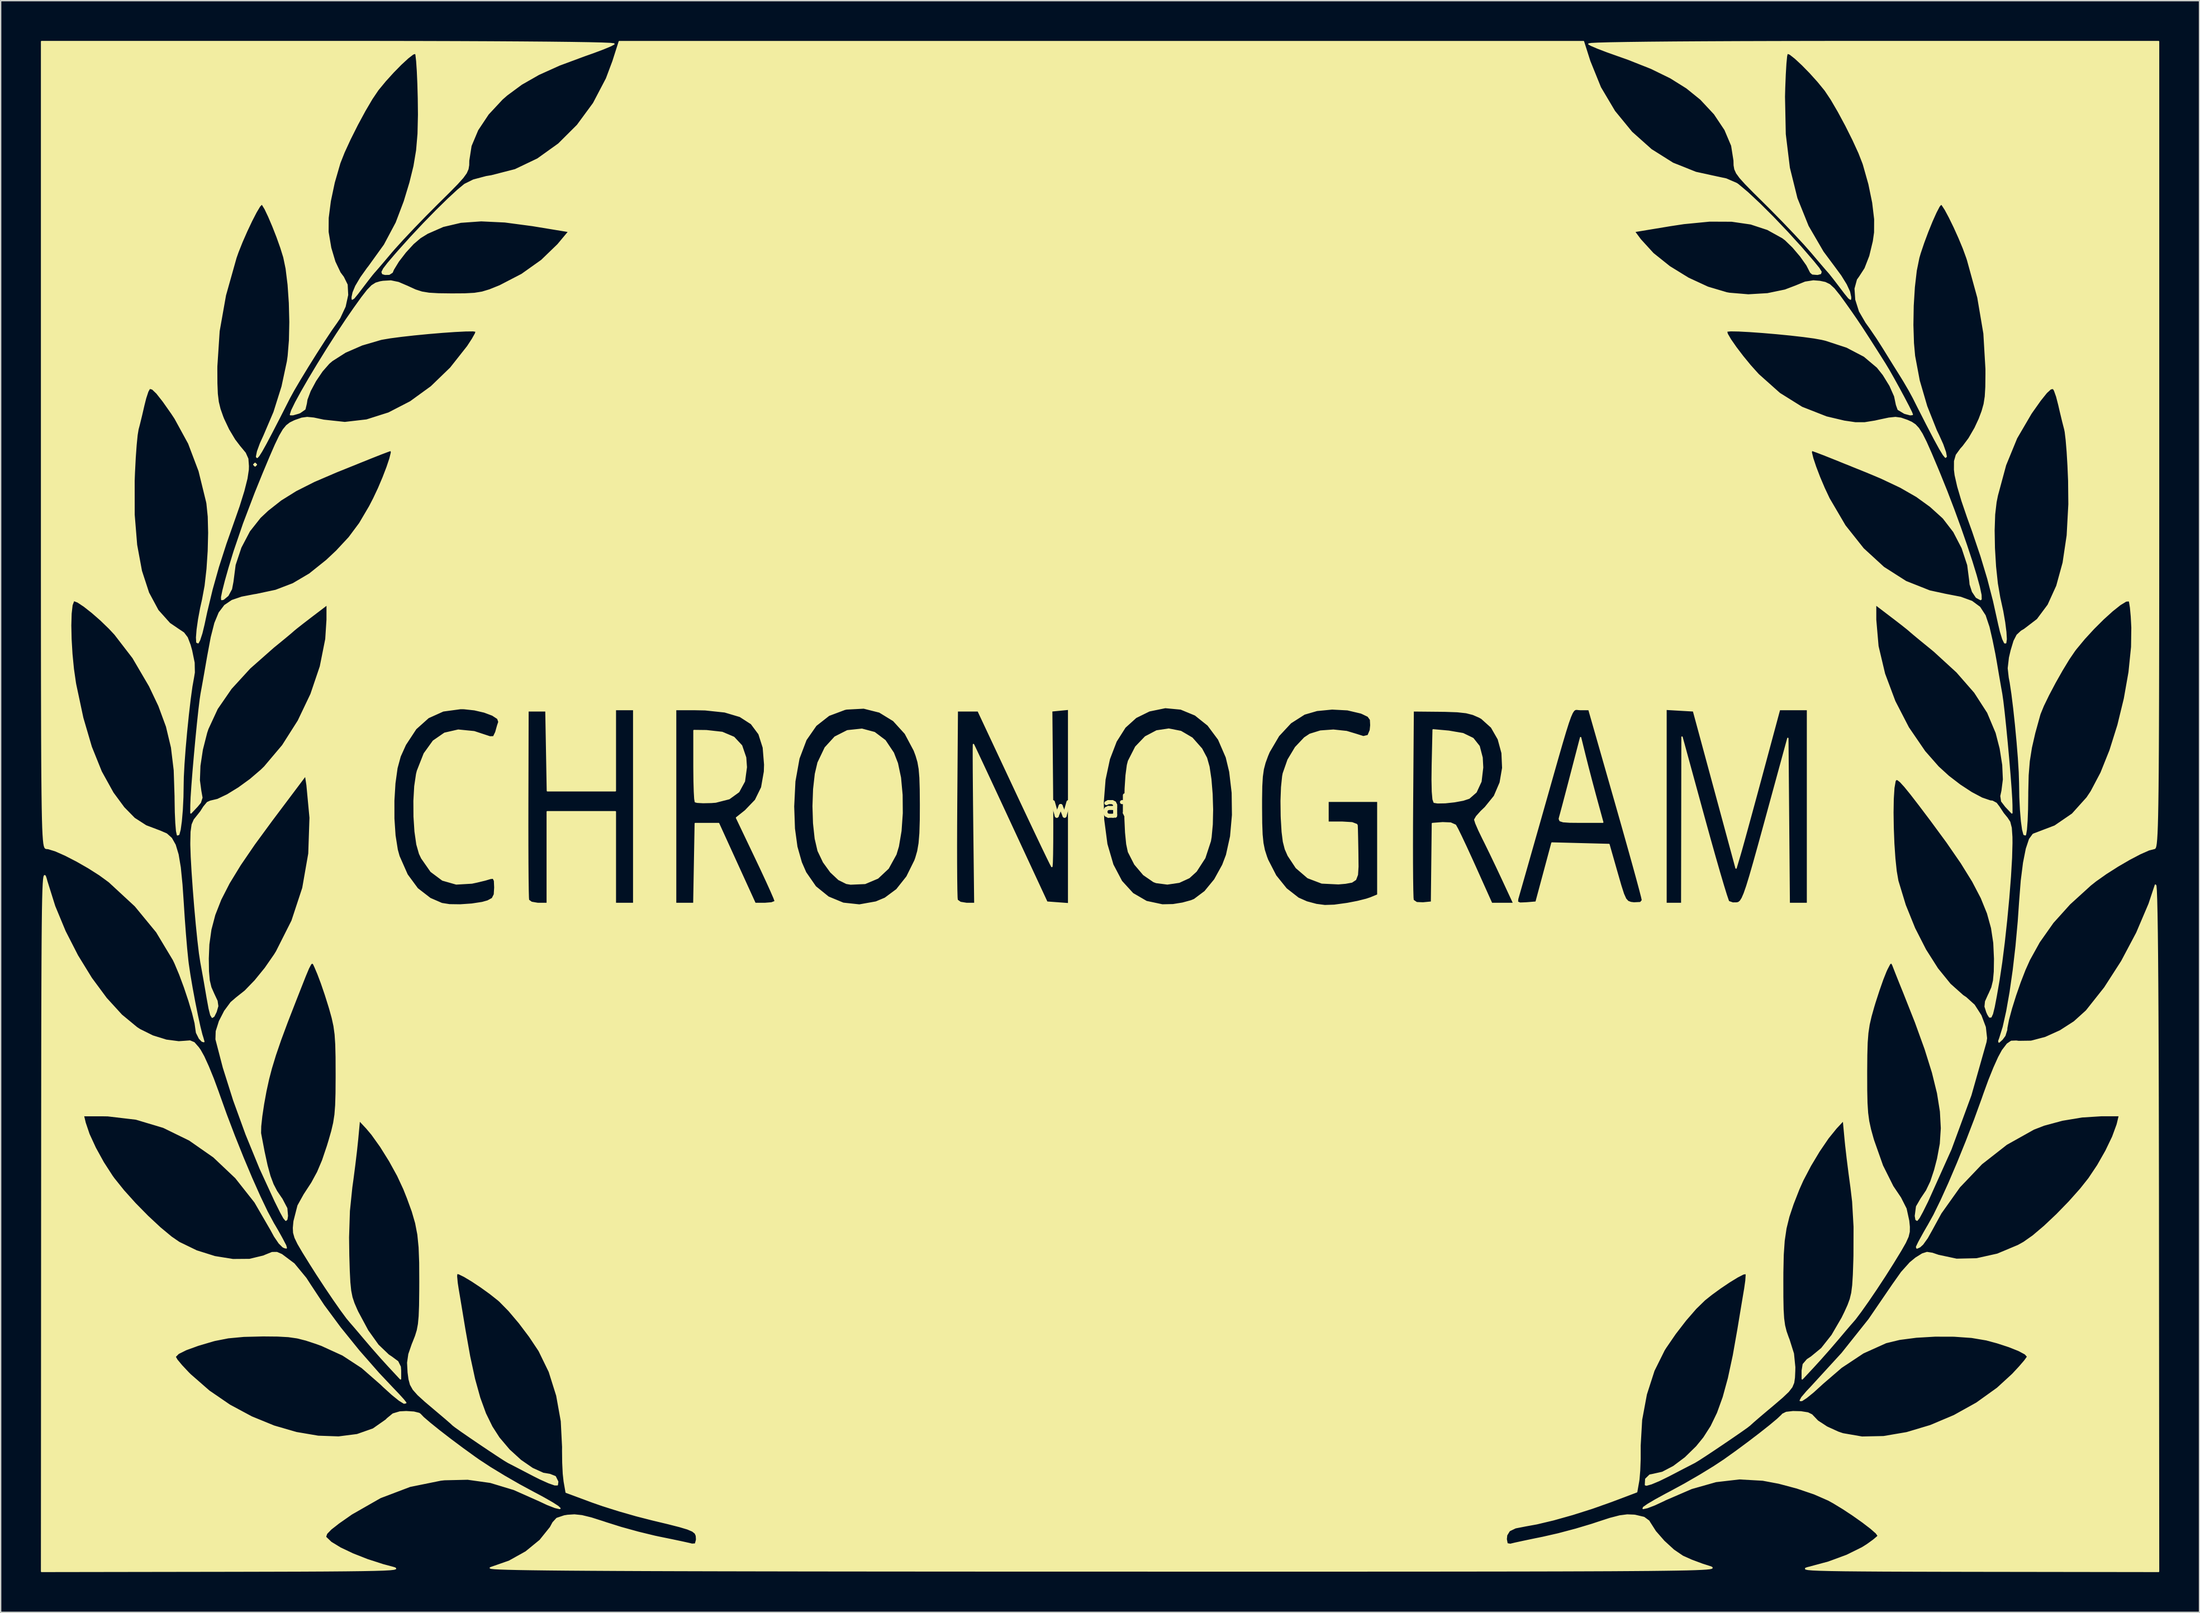
<source format=kicad_pcb>
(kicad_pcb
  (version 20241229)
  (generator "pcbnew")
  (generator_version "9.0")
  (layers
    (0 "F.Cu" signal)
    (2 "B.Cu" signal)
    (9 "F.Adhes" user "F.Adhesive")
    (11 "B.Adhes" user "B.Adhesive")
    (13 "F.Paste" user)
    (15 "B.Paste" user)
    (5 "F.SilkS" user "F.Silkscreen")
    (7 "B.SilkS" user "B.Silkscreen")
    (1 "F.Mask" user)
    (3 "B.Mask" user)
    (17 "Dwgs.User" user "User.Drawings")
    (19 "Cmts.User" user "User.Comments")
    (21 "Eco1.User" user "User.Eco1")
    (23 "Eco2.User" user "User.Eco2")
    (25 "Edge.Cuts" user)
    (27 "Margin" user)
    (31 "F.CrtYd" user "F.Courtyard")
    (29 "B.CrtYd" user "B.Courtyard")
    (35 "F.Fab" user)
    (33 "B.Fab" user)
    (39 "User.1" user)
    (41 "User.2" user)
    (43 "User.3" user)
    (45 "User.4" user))
  (footprint "wreath"
    (layer "F.Cu")
    (at 78.985 57.102)
    (property "Reference" "wreath" (at 0 0 0) (layer "F.SilkS") (effects (font (size 1.524 1.524) (thickness 0.3))))
    (attr through_hole)
    (fp_poly (pts (xy -62.914 -25.498) (xy -63.012 -25.4) (xy -63.109 -25.498) (xy -63.012 -25.595) (xy -62.914 -25.498)) (stroke (width 0.1) (type solid)) (fill yes) (layer "F.SilkS"))
    (fp_poly (pts (xy 37.486 1.172) (xy 35.826 1.172) (xy 35.021 1.165) (xy 34.536 1.131) (xy 34.302 1.057) (xy 34.247 0.926) (xy 34.267 0.83) (xy 34.35 0.526) (xy 34.512 -0.079) (xy 34.731 -0.909) (xy 34.987 -1.888) (xy 35.101 -2.325) (xy 35.834 -5.138) (xy 36.169 -3.777) (xy 36.382 -2.934) (xy 36.651 -1.903) (xy 36.926 -0.875) (xy 36.995 -0.622) (xy 37.486 1.172)) (stroke (width 0.1) (type solid)) (fill yes) (layer "F.SilkS"))
    (fp_poly (pts (xy 28.526 -2.908) (xy 28.402 -1.864) (xy 28.039 -1.079) (xy 27.517 -0.623) (xy 27.076 -0.477) (xy 26.433 -0.359) (xy 25.744 -0.285) (xy 25.167 -0.275) (xy 24.912 -0.316) (xy 24.833 -0.54) (xy 24.783 -1.115) (xy 24.764 -2.004) (xy 24.776 -3.054) (xy 24.836 -5.718) (xy 26.004 -5.613) (xy 27.069 -5.429) (xy 27.808 -5.071) (xy 28.267 -4.491) (xy 28.488 -3.643) (xy 28.526 -2.908)) (stroke (width 0.1) (type solid)) (fill yes) (layer "F.SilkS"))
    (fp_poly (pts (xy -26.38 -2.931) (xy -26.523 -1.882) (xy -26.947 -1.102) (xy -27.659 -0.587) (xy -28.662 -0.33) (xy -28.98 -0.305) (xy -29.598 -0.292) (xy -30.04 -0.316) (xy -30.182 -0.353) (xy -30.22 -0.576) (xy -30.251 -1.114) (xy -30.274 -1.892) (xy -30.284 -2.835) (xy -30.285 -3.061) (xy -30.285 -5.666) (xy -29.357 -5.655) (xy -28.181 -5.524) (xy -27.311 -5.155) (xy -26.733 -4.534) (xy -26.432 -3.651) (xy -26.38 -2.931)) (stroke (width 0.1) (type solid)) (fill yes) (layer "F.SilkS"))
    (fp_poly (pts (xy -14.761 0.499) (xy -14.853 1.819) (xy -15.047 2.969) (xy -15.227 3.567) (xy -15.799 4.605) (xy -16.578 5.336) (xy -17.525 5.736) (xy -18.601 5.783) (xy -18.912 5.731) (xy -19.485 5.447) (xy -20.084 4.886) (xy -20.622 4.143) (xy -21.018 3.315) (xy -21.028 3.286) (xy -21.235 2.394) (xy -21.358 1.249) (xy -21.398 -0.023) (xy -21.353 -1.292) (xy -21.225 -2.431) (xy -21.029 -3.267) (xy -20.496 -4.383) (xy -19.768 -5.179) (xy -18.862 -5.638) (xy -18.819 -5.65) (xy -17.761 -5.762) (xy -16.825 -5.512) (xy -16.034 -4.916) (xy -15.416 -3.991) (xy -15.117 -3.218) (xy -14.891 -2.146) (xy -14.773 -0.865) (xy -14.761 0.499)) (stroke (width 0.1) (type solid)) (fill yes) (layer "F.SilkS"))
    (fp_poly (pts (xy 8.382 0.224) (xy 8.358 1.332) (xy 8.27 2.28) (xy 8.218 2.582) (xy 7.808 3.832) (xy 7.166 4.824) (xy 6.643 5.301) (xy 5.897 5.646) (xy 5.015 5.775) (xy 4.184 5.667) (xy 3.996 5.596) (xy 3.25 5.082) (xy 2.59 4.304) (xy 2.121 3.386) (xy 2.117 3.375) (xy 1.995 2.799) (xy 1.91 1.937) (xy 1.862 0.89) (xy 1.852 -0.238) (xy 1.879 -1.345) (xy 1.943 -2.329) (xy 2.044 -3.088) (xy 2.121 -3.387) (xy 2.659 -4.442) (xy 3.379 -5.193) (xy 4.22 -5.636) (xy 5.121 -5.771) (xy 6.021 -5.594) (xy 6.858 -5.103) (xy 7.572 -4.296) (xy 7.934 -3.615) (xy 8.117 -2.963) (xy 8.256 -2.033) (xy 8.346 -0.934) (xy 8.382 0.224)) (stroke (width 0.1) (type solid)) (fill yes) (layer "F.SilkS"))
    (fp_poly (pts (xy 78.935 57.052) (xy 65.307 57.033) (xy 62.66 57.028) (xy 60.38 57.022) (xy 58.445 57.015) (xy 56.832 57.004) (xy 55.517 56.992) (xy 54.479 56.975) (xy 53.693 56.955) (xy 53.137 56.931) (xy 52.788 56.901) (xy 52.623 56.866) (xy 52.619 56.826) (xy 52.753 56.779) (xy 52.852 56.755) (xy 54.315 56.361) (xy 55.683 55.857) (xy 56.832 55.29) (xy 57.199 55.06) (xy 57.67 54.72) (xy 57.971 54.467) (xy 58.029 54.388) (xy 57.875 54.179) (xy 57.462 53.819) (xy 56.863 53.361) (xy 56.155 52.86) (xy 55.409 52.367) (xy 54.702 51.936) (xy 54.317 51.724) (xy 53.255 51.259) (xy 51.965 50.822) (xy 50.611 50.462) (xy 49.418 50.238) (xy 47.677 50.14) (xy 45.927 50.343) (xy 44.107 50.859) (xy 42.158 51.701) (xy 42.013 51.774) (xy 41.362 52.077) (xy 40.811 52.288) (xy 40.499 52.358) (xy 40.533 52.274) (xy 40.865 52.045) (xy 41.442 51.704) (xy 42.214 51.283) (xy 42.52 51.122) (xy 43.589 50.542) (xy 44.715 49.892) (xy 45.756 49.255) (xy 46.525 48.748) (xy 47.42 48.109) (xy 48.327 47.438) (xy 49.184 46.784) (xy 49.93 46.194) (xy 50.503 45.716) (xy 50.842 45.399) (xy 50.897 45.331) (xy 51.171 45.195) (xy 51.677 45.137) (xy 52.264 45.151) (xy 52.781 45.233) (xy 53.077 45.38) (xy 53.086 45.393) (xy 53.51 45.837) (xy 54.198 46.286) (xy 55.032 46.668) (xy 55.392 46.79) (xy 56.82 47.037) (xy 58.428 47.003) (xy 60.152 46.709) (xy 61.927 46.178) (xy 63.689 45.433) (xy 65.372 44.496) (xy 66.912 43.391) (xy 68.043 42.355) (xy 68.56 41.799) (xy 68.952 41.343) (xy 69.153 41.062) (xy 69.166 41.022) (xy 68.988 40.825) (xy 68.504 40.567) (xy 67.786 40.281) (xy 66.909 39.994) (xy 66.094 39.774) (xy 64.996 39.589) (xy 63.68 39.496) (xy 62.266 39.492) (xy 60.872 39.573) (xy 59.617 39.736) (xy 58.621 39.978) (xy 58.575 39.994) (xy 56.906 40.747) (xy 55.276 41.827) (xy 53.876 43.033) (xy 53.192 43.657) (xy 52.67 44.081) (xy 52.335 44.3) (xy 52.214 44.303) (xy 52.333 44.082) (xy 52.718 43.629) (xy 53.015 43.316) (xy 55.327 40.792) (xy 57.346 38.256) (xy 59.13 35.647) (xy 59.769 34.744) (xy 60.409 34.03) (xy 60.83 33.684) (xy 61.319 33.378) (xy 61.668 33.268) (xy 62.06 33.33) (xy 62.509 33.483) (xy 63.871 33.774) (xy 65.365 33.741) (xy 66.919 33.395) (xy 68.465 32.747) (xy 68.878 32.518) (xy 69.569 32.032) (xy 70.419 31.312) (xy 71.347 30.436) (xy 72.275 29.482) (xy 73.125 28.526) (xy 73.736 27.756) (xy 74.397 26.769) (xy 75.01 25.691) (xy 75.514 24.643) (xy 75.843 23.748) (xy 75.884 23.593) (xy 76.012 23.055) (xy 74.653 23.055) (xy 73.228 23.145) (xy 71.748 23.391) (xy 70.379 23.762) (xy 69.612 24.06) (xy 67.596 25.189) (xy 65.738 26.643) (xy 64.089 28.371) (xy 62.7 30.323) (xy 62.021 31.566) (xy 61.68 32.175) (xy 61.34 32.646) (xy 61.128 32.839) (xy 60.917 32.933) (xy 60.887 32.849) (xy 61.044 32.519) (xy 61.165 32.295) (xy 61.46 31.76) (xy 61.702 31.339) (xy 61.749 31.262) (xy 62.185 30.478) (xy 62.716 29.392) (xy 63.314 28.071) (xy 63.949 26.582) (xy 64.594 24.993) (xy 65.218 23.372) (xy 65.795 21.786) (xy 65.927 21.406) (xy 66.291 20.408) (xy 66.667 19.476) (xy 67.013 18.709) (xy 67.286 18.206) (xy 67.303 18.18) (xy 67.657 17.717) (xy 67.951 17.517) (xy 68.325 17.502) (xy 68.498 17.527) (xy 69.424 17.514) (xy 70.49 17.235) (xy 71.596 16.736) (xy 72.643 16.062) (xy 73.534 15.258) (xy 73.57 15.219) (xy 74.916 13.52) (xy 76.185 11.549) (xy 77.311 9.426) (xy 78.23 7.268) (xy 78.697 5.862) (xy 78.729 5.909) (xy 78.758 6.284) (xy 78.784 6.99) (xy 78.808 8.035) (xy 78.83 9.423) (xy 78.849 11.16) (xy 78.865 13.252) (xy 78.879 15.704) (xy 78.891 18.522) (xy 78.901 21.712) (xy 78.908 25.278) (xy 78.914 29.228) (xy 78.915 31.115) (xy 78.935 57.052)) (stroke (width 0.1) (type solid)) (fill yes) (layer "F.SilkS"))
    (fp_poly (pts (xy -40.279 52.347) (xy -40.304 52.358) (xy -40.65 52.276) (xy -41.214 52.057) (xy -41.817 51.774) (xy -43.707 50.934) (xy -45.461 50.403) (xy -47.159 50.165) (xy -48.882 50.204) (xy -49.167 50.235) (xy -51.467 50.702) (xy -53.673 51.539) (xy -55.803 52.756) (xy -55.88 52.808) (xy -56.773 53.433) (xy -57.361 53.893) (xy -57.678 54.222) (xy -57.759 54.449) (xy -57.735 54.515) (xy -57.351 54.884) (xy -56.66 55.306) (xy -55.736 55.746) (xy -54.654 56.173) (xy -53.487 56.551) (xy -52.741 56.751) (xy -52.575 56.801) (xy -52.537 56.845) (xy -52.648 56.882) (xy -52.933 56.914) (xy -53.414 56.941) (xy -54.114 56.963) (xy -55.058 56.981) (xy -56.267 56.996) (xy -57.766 57.008) (xy -59.576 57.017) (xy -61.723 57.023) (xy -64.227 57.029) (xy -65.307 57.031) (xy -78.935 57.052) (xy -78.92 30.627) (xy -78.917 26.884) (xy -78.915 23.515) (xy -78.912 20.499) (xy -78.909 17.819) (xy -78.904 15.457) (xy -78.898 13.393) (xy -78.891 11.61) (xy -78.882 10.089) (xy -78.871 8.813) (xy -78.858 7.761) (xy -78.842 6.917) (xy -78.823 6.262) (xy -78.801 5.777) (xy -78.776 5.445) (xy -78.747 5.246) (xy -78.714 5.163) (xy -78.676 5.176) (xy -78.635 5.269) (xy -78.588 5.421) (xy -78.549 5.568) (xy -77.961 7.442) (xy -77.184 9.315) (xy -76.258 11.125) (xy -75.222 12.81) (xy -74.114 14.308) (xy -72.974 15.557) (xy -71.84 16.494) (xy -71.608 16.644) (xy -70.656 17.117) (xy -69.641 17.433) (xy -68.708 17.554) (xy -68.303 17.527) (xy -67.87 17.494) (xy -67.563 17.622) (xy -67.246 17.985) (xy -67.108 18.18) (xy -66.842 18.658) (xy -66.501 19.408) (xy -66.126 20.33) (xy -65.759 21.326) (xy -65.732 21.406) (xy -65.172 22.972) (xy -64.556 24.591) (xy -63.914 26.194) (xy -63.274 27.714) (xy -62.664 29.083) (xy -62.114 30.234) (xy -61.651 31.099) (xy -61.553 31.262) (xy -61.347 31.614) (xy -61.057 32.133) (xy -60.97 32.295) (xy -60.734 32.746) (xy -60.687 32.924) (xy -60.824 32.895) (xy -60.933 32.839) (xy -61.212 32.565) (xy -61.559 32.055) (xy -61.825 31.566) (xy -63.02 29.505) (xy -64.456 27.687) (xy -66.097 26.134) (xy -67.907 24.871) (xy -69.851 23.922) (xy -71.893 23.311) (xy -73.998 23.063) (xy -74.299 23.058) (xy -75.817 23.055) (xy -75.689 23.593) (xy -75.403 24.441) (xy -74.93 25.468) (xy -74.334 26.55) (xy -73.678 27.565) (xy -73.54 27.756) (xy -72.823 28.65) (xy -71.959 29.611) (xy -71.026 30.56) (xy -70.104 31.419) (xy -69.271 32.112) (xy -68.682 32.518) (xy -67.38 33.15) (xy -66.012 33.58) (xy -64.665 33.797) (xy -63.427 33.787) (xy -62.384 33.537) (xy -62.24 33.474) (xy -61.744 33.274) (xy -61.387 33.27) (xy -61.03 33.425) (xy -60.11 34.115) (xy -59.226 35.188) (xy -58.91 35.676) (xy -57.903 37.203) (xy -56.665 38.876) (xy -55.272 40.599) (xy -53.803 42.275) (xy -52.803 43.335) (xy -52.311 43.85) (xy -51.948 44.251) (xy -51.781 44.462) (xy -51.777 44.474) (xy -51.905 44.498) (xy -52.256 44.281) (xy -52.78 43.86) (xy -53.426 43.274) (xy -53.631 43.076) (xy -55.04 41.844) (xy -56.473 40.907) (xy -58.058 40.183) (xy -58.452 40.04) (xy -59.217 39.788) (xy -59.868 39.624) (xy -60.53 39.529) (xy -61.328 39.485) (xy -62.387 39.475) (xy -62.425 39.475) (xy -63.858 39.51) (xy -65.015 39.618) (xy -66.006 39.812) (xy -66.138 39.846) (xy -67.282 40.185) (xy -68.161 40.505) (xy -68.735 40.791) (xy -68.968 41.027) (xy -68.971 41.053) (xy -68.84 41.281) (xy -68.494 41.698) (xy -67.998 42.226) (xy -67.847 42.377) (xy -66.446 43.601) (xy -64.908 44.655) (xy -63.278 45.531) (xy -61.605 46.216) (xy -59.934 46.701) (xy -58.312 46.976) (xy -56.786 47.03) (xy -55.402 46.853) (xy -54.207 46.433) (xy -53.248 45.762) (xy -53.145 45.657) (xy -52.724 45.312) (xy -52.22 45.162) (xy -51.74 45.137) (xy -51.172 45.174) (xy -50.783 45.271) (xy -50.701 45.331) (xy -50.466 45.576) (xy -49.973 45.999) (xy -49.285 46.553) (xy -48.462 47.189) (xy -47.567 47.859) (xy -46.66 48.515) (xy -46.33 48.748) (xy -45.489 49.3) (xy -44.436 49.941) (xy -43.31 50.589) (xy -42.324 51.122) (xy -41.497 51.565) (xy -40.846 51.937) (xy -40.422 52.209) (xy -40.279 52.347)) (stroke (width 0.1) (type solid)) (fill yes) (layer "F.SilkS"))
    (fp_poly (pts (xy 78.935 -26.963) (xy 78.935 -22.936) (xy 78.934 -19.282) (xy 78.933 -15.983) (xy 78.93 -13.02) (xy 78.926 -10.378) (xy 78.921 -8.036) (xy 78.914 -5.978) (xy 78.906 -4.185) (xy 78.895 -2.641) (xy 78.883 -1.325) (xy 78.868 -0.222) (xy 78.851 0.687) (xy 78.831 1.42) (xy 78.808 1.995) (xy 78.782 2.429) (xy 78.753 2.741) (xy 78.721 2.948) (xy 78.685 3.069) (xy 78.645 3.12) (xy 78.623 3.126) (xy 78.207 3.233) (xy 77.555 3.521) (xy 76.751 3.943) (xy 75.875 4.454) (xy 75.011 5.005) (xy 74.24 5.55) (xy 73.851 5.859) (xy 72.305 7.266) (xy 71.058 8.651) (xy 70.034 10.103) (xy 69.299 11.43) (xy 68.964 12.177) (xy 68.608 13.095) (xy 68.263 14.086) (xy 67.961 15.051) (xy 67.734 15.89) (xy 67.614 16.506) (xy 67.603 16.662) (xy 67.471 17.084) (xy 67.272 17.354) (xy 67.038 17.569) (xy 67.023 17.483) (xy 67.095 17.292) (xy 67.358 16.446) (xy 67.62 15.274) (xy 67.873 13.836) (xy 68.107 12.197) (xy 68.313 10.418) (xy 68.482 8.564) (xy 68.58 7.144) (xy 68.705 5.539) (xy 68.874 4.201) (xy 69.08 3.16) (xy 69.317 2.444) (xy 69.58 2.082) (xy 69.653 2.049) (xy 71.198 1.461) (xy 72.507 0.565) (xy 73.602 -0.652) (xy 73.914 -1.12) (xy 74.648 -2.511) (xy 75.322 -4.194) (xy 75.911 -6.072) (xy 76.392 -8.047) (xy 76.74 -10.021) (xy 76.931 -11.898) (xy 76.952 -13.348) (xy 76.909 -14.167) (xy 76.848 -14.834) (xy 76.78 -15.256) (xy 76.742 -15.349) (xy 76.505 -15.328) (xy 76.067 -15.06) (xy 75.483 -14.596) (xy 74.807 -13.984) (xy 74.094 -13.274) (xy 73.397 -12.516) (xy 72.771 -11.76) (xy 72.67 -11.628) (xy 72.24 -10.998) (xy 71.737 -10.169) (xy 71.214 -9.245) (xy 70.729 -8.327) (xy 70.335 -7.515) (xy 70.089 -6.913) (xy 70.066 -6.838) (xy 69.696 -5.501) (xy 69.442 -4.394) (xy 69.282 -3.382) (xy 69.197 -2.328) (xy 69.167 -1.097) (xy 69.165 -0.782) (xy 69.152 0.211) (xy 69.119 1.072) (xy 69.07 1.723) (xy 69.011 2.081) (xy 68.997 2.113) (xy 68.899 2.081) (xy 68.804 1.721) (xy 68.717 1.095) (xy 68.647 0.265) (xy 68.599 -0.706) (xy 68.581 -1.756) (xy 68.581 -1.758) (xy 68.556 -2.56) (xy 68.491 -3.614) (xy 68.393 -4.823) (xy 68.274 -6.091) (xy 68.142 -7.318) (xy 68.007 -8.409) (xy 67.879 -9.264) (xy 67.81 -9.621) (xy 67.733 -10.311) (xy 67.824 -11.099) (xy 67.949 -11.634) (xy 68.162 -12.34) (xy 68.388 -12.78) (xy 68.702 -13.071) (xy 68.926 -13.203) (xy 69.896 -13.945) (xy 70.705 -15.031) (xy 71.35 -16.448) (xy 71.826 -18.182) (xy 72.129 -20.22) (xy 72.255 -22.547) (xy 72.237 -24.296) (xy 72.189 -25.424) (xy 72.127 -26.463) (xy 72.055 -27.331) (xy 71.982 -27.94) (xy 71.943 -28.135) (xy 71.792 -28.72) (xy 71.61 -29.478) (xy 71.501 -29.952) (xy 71.34 -30.575) (xy 71.18 -31.028) (xy 71.081 -31.188) (xy 70.885 -31.157) (xy 70.57 -30.869) (xy 70.112 -30.298) (xy 69.487 -29.415) (xy 69.414 -29.308) (xy 68.345 -27.48) (xy 67.521 -25.471) (xy 66.909 -23.207) (xy 66.807 -22.701) (xy 66.7 -21.782) (xy 66.66 -20.597) (xy 66.684 -19.264) (xy 66.766 -17.903) (xy 66.901 -16.63) (xy 67.084 -15.565) (xy 67.114 -15.435) (xy 67.304 -14.565) (xy 67.449 -13.735) (xy 67.54 -13.017) (xy 67.571 -12.485) (xy 67.533 -12.209) (xy 67.457 -12.212) (xy 67.319 -12.497) (xy 67.153 -13.038) (xy 67.025 -13.579) (xy 66.635 -15.338) (xy 66.206 -16.995) (xy 65.699 -18.679) (xy 65.078 -20.519) (xy 64.696 -21.583) (xy 64.28 -22.801) (xy 63.964 -23.874) (xy 63.772 -24.723) (xy 63.724 -25.122) (xy 63.728 -25.76) (xy 63.857 -26.209) (xy 64.183 -26.66) (xy 64.361 -26.859) (xy 64.798 -27.444) (xy 65.247 -28.218) (xy 65.563 -28.896) (xy 65.785 -29.486) (xy 65.933 -30.012) (xy 66.021 -30.579) (xy 66.063 -31.294) (xy 66.074 -32.26) (xy 66.073 -32.635) (xy 65.918 -35.28) (xy 65.464 -37.959) (xy 64.694 -40.757) (xy 64.636 -40.933) (xy 64.385 -41.622) (xy 64.059 -42.407) (xy 63.699 -43.206) (xy 63.342 -43.937) (xy 63.03 -44.52) (xy 62.8 -44.872) (xy 62.715 -44.938) (xy 62.568 -44.767) (xy 62.329 -44.309) (xy 62.033 -43.648) (xy 61.715 -42.865) (xy 61.409 -42.045) (xy 61.149 -41.27) (xy 61.05 -40.933) (xy 60.855 -39.971) (xy 60.712 -38.736) (xy 60.626 -37.345) (xy 60.602 -35.914) (xy 60.645 -34.558) (xy 60.73 -33.606) (xy 61.076 -31.765) (xy 61.637 -29.845) (xy 62.352 -28.045) (xy 62.535 -27.665) (xy 62.832 -27.004) (xy 63.035 -26.43) (xy 63.097 -26.101) (xy 63.044 -26.052) (xy 62.886 -26.243) (xy 62.611 -26.696) (xy 62.209 -27.432) (xy 61.667 -28.471) (xy 60.973 -29.833) (xy 60.648 -30.48) (xy 60.343 -31.043) (xy 59.937 -31.737) (xy 59.688 -32.141) (xy 59.225 -32.88) (xy 58.705 -33.718) (xy 58.412 -34.192) (xy 57.936 -34.937) (xy 57.418 -35.698) (xy 57.122 -36.109) (xy 56.64 -36.937) (xy 56.364 -37.808) (xy 56.309 -38.622) (xy 56.488 -39.28) (xy 56.632 -39.481) (xy 57.049 -40.124) (xy 57.409 -41.05) (xy 57.674 -42.151) (xy 57.768 -42.813) (xy 57.774 -43.804) (xy 57.626 -45.043) (xy 57.342 -46.426) (xy 56.94 -47.85) (xy 56.902 -47.967) (xy 56.6 -48.742) (xy 56.153 -49.718) (xy 55.62 -50.784) (xy 55.058 -51.828) (xy 54.526 -52.74) (xy 54.08 -53.408) (xy 54.058 -53.438) (xy 53.533 -54.079) (xy 52.948 -54.728) (xy 52.364 -55.324) (xy 51.844 -55.807) (xy 51.45 -56.117) (xy 51.243 -56.192) (xy 51.238 -56.188) (xy 51.185 -55.953) (xy 51.132 -55.396) (xy 51.084 -54.588) (xy 51.044 -53.598) (xy 51.027 -52.931) (xy 51.085 -50.147) (xy 51.391 -47.635) (xy 51.956 -45.359) (xy 52.791 -43.282) (xy 53.907 -41.364) (xy 54.727 -40.261) (xy 55.228 -39.581) (xy 55.635 -38.922) (xy 55.873 -38.407) (xy 55.894 -38.332) (xy 55.967 -37.984) (xy 55.96 -37.84) (xy 55.833 -37.93) (xy 55.548 -38.278) (xy 55.089 -38.882) (xy 54.708 -39.38) (xy 54.423 -39.741) (xy 54.322 -39.858) (xy 54.158 -40.042) (xy 53.806 -40.453) (xy 53.327 -41.017) (xy 53.068 -41.324) (xy 52.514 -41.952) (xy 51.76 -42.764) (xy 50.891 -43.673) (xy 49.99 -44.589) (xy 49.6 -44.977) (xy 48.749 -45.819) (xy 48.137 -46.442) (xy 47.724 -46.9) (xy 47.472 -47.247) (xy 47.341 -47.537) (xy 47.291 -47.826) (xy 47.283 -48.168) (xy 47.283 -48.177) (xy 47.107 -49.293) (xy 46.605 -50.477) (xy 45.815 -51.66) (xy 44.79 -52.757) (xy 43.751 -53.597) (xy 42.541 -54.354) (xy 41.096 -55.06) (xy 39.349 -55.751) (xy 38.648 -55.998) (xy 37.81 -56.296) (xy 37.106 -56.565) (xy 36.621 -56.773) (xy 36.449 -56.87) (xy 36.612 -56.899) (xy 37.152 -56.926) (xy 38.056 -56.951) (xy 39.311 -56.973) (xy 40.903 -56.993) (xy 42.819 -57.01) (xy 45.046 -57.024) (xy 47.571 -57.036) (xy 50.38 -57.044) (xy 53.459 -57.05) (xy 56.796 -57.052) (xy 57.599 -57.052) (xy 78.935 -57.052) (xy 78.935 -26.963)) (stroke (width 0.1) (type solid)) (fill yes) (layer "F.SilkS"))
    (fp_poly (pts (xy -36.254 -56.87) (xy -36.506 -56.736) (xy -37.044 -56.512) (xy -37.784 -56.234) (xy -38.453 -55.998) (xy -40.322 -55.304) (xy -41.866 -54.607) (xy -43.152 -53.872) (xy -44.244 -53.065) (xy -44.595 -52.757) (xy -45.631 -51.645) (xy -46.418 -50.462) (xy -46.916 -49.277) (xy -47.088 -48.177) (xy -47.095 -47.833) (xy -47.144 -47.544) (xy -47.272 -47.254) (xy -47.521 -46.909) (xy -47.929 -46.455) (xy -48.536 -45.836) (xy -49.381 -45) (xy -49.405 -44.977) (xy -50.294 -44.084) (xy -51.188 -43.161) (xy -52.003 -42.296) (xy -52.656 -41.575) (xy -52.873 -41.324) (xy -53.39 -40.711) (xy -53.812 -40.217) (xy -54.075 -39.914) (xy -54.127 -39.858) (xy -54.293 -39.66) (xy -54.613 -39.25) (xy -54.894 -38.882) (xy -55.368 -38.259) (xy -55.646 -37.921) (xy -55.767 -37.842) (xy -55.77 -37.994) (xy -55.698 -38.332) (xy -55.503 -38.804) (xy -55.124 -39.444) (xy -54.635 -40.13) (xy -54.531 -40.261) (xy -53.364 -41.882) (xy -52.483 -43.537) (xy -51.879 -45.131) (xy -51.455 -46.531) (xy -51.153 -47.759) (xy -50.957 -48.934) (xy -50.851 -50.174) (xy -50.818 -51.597) (xy -50.832 -52.824) (xy -50.862 -53.91) (xy -50.904 -54.857) (xy -50.954 -55.597) (xy -51.007 -56.063) (xy -51.043 -56.188) (xy -51.237 -56.128) (xy -51.623 -55.83) (xy -52.138 -55.355) (xy -52.719 -54.763) (xy -53.306 -54.115) (xy -53.836 -53.472) (xy -53.862 -53.438) (xy -54.301 -52.788) (xy -54.83 -51.888) (xy -55.392 -50.848) (xy -55.928 -49.78) (xy -56.381 -48.796) (xy -56.694 -48.005) (xy -56.706 -47.967) (xy -57.118 -46.544) (xy -57.412 -45.153) (xy -57.572 -43.899) (xy -57.579 -42.883) (xy -57.572 -42.813) (xy -57.378 -41.661) (xy -57.068 -40.623) (xy -56.679 -39.805) (xy -56.436 -39.481) (xy -56.157 -38.915) (xy -56.118 -38.153) (xy -56.307 -37.293) (xy -56.707 -36.436) (xy -56.929 -36.109) (xy -57.327 -35.544) (xy -57.859 -34.742) (xy -58.465 -33.797) (xy -59.087 -32.802) (xy -59.665 -31.852) (xy -60.142 -31.042) (xy -60.45 -30.48) (xy -61.187 -29.029) (xy -61.769 -27.9) (xy -62.21 -27.065) (xy -62.528 -26.495) (xy -62.739 -26.161) (xy -62.858 -26.034) (xy -62.901 -26.086) (xy -62.902 -26.101) (xy -62.824 -26.484) (xy -62.608 -27.074) (xy -62.339 -27.665) (xy -61.596 -29.409) (xy -60.994 -31.319) (xy -60.592 -33.197) (xy -60.535 -33.606) (xy -60.439 -34.781) (xy -60.411 -36.136) (xy -60.447 -37.553) (xy -60.541 -38.919) (xy -60.688 -40.117) (xy -60.864 -40.965) (xy -61.085 -41.676) (xy -61.37 -42.477) (xy -61.686 -43.283) (xy -61.996 -44.01) (xy -62.266 -44.576) (xy -62.462 -44.896) (xy -62.52 -44.938) (xy -62.679 -44.771) (xy -62.945 -44.322) (xy -63.279 -43.674) (xy -63.641 -42.907) (xy -63.993 -42.104) (xy -64.295 -41.346) (xy -64.441 -40.933) (xy -65.229 -38.132) (xy -65.703 -35.459) (xy -65.876 -32.829) (xy -65.878 -32.63) (xy -65.872 -31.561) (xy -65.84 -30.777) (xy -65.766 -30.172) (xy -65.637 -29.641) (xy -65.438 -29.077) (xy -65.366 -28.896) (xy -64.992 -28.106) (xy -64.538 -27.347) (xy -64.166 -26.859) (xy -63.753 -26.361) (xy -63.561 -25.934) (xy -63.52 -25.386) (xy -63.528 -25.122) (xy -63.627 -24.465) (xy -63.863 -23.531) (xy -64.215 -22.4) (xy -64.501 -21.583) (xy -65.196 -19.611) (xy -65.758 -17.862) (xy -66.223 -16.207) (xy -66.629 -14.517) (xy -66.83 -13.579) (xy -66.988 -12.925) (xy -67.152 -12.421) (xy -67.262 -12.212) (xy -67.355 -12.254) (xy -67.373 -12.607) (xy -67.326 -13.197) (xy -67.219 -13.952) (xy -67.062 -14.8) (xy -66.919 -15.435) (xy -66.729 -16.461) (xy -66.587 -17.711) (xy -66.497 -19.067) (xy -66.464 -20.411) (xy -66.494 -21.624) (xy -66.592 -22.589) (xy -66.612 -22.701) (xy -67.183 -25.028) (xy -67.961 -27.083) (xy -68.977 -28.942) (xy -69.218 -29.308) (xy -69.861 -30.223) (xy -70.335 -30.825) (xy -70.664 -31.14) (xy -70.871 -31.196) (xy -70.886 -31.188) (xy -71.015 -30.955) (xy -71.179 -30.457) (xy -71.306 -29.952) (xy -71.482 -29.193) (xy -71.658 -28.474) (xy -71.748 -28.135) (xy -71.819 -27.707) (xy -71.892 -26.972) (xy -71.961 -26.018) (xy -72.017 -24.929) (xy -72.042 -24.296) (xy -72.039 -21.76) (xy -71.856 -19.512) (xy -71.496 -17.566) (xy -70.962 -15.932) (xy -70.258 -14.623) (xy -69.388 -13.651) (xy -68.731 -13.203) (xy -68.342 -12.943) (xy -68.079 -12.596) (xy -67.868 -12.044) (xy -67.754 -11.634) (xy -67.567 -10.723) (xy -67.552 -9.999) (xy -67.614 -9.621) (xy -67.734 -8.95) (xy -67.866 -7.987) (xy -68.001 -6.829) (xy -68.129 -5.574) (xy -68.241 -4.318) (xy -68.326 -3.16) (xy -68.377 -2.197) (xy -68.386 -1.758) (xy -68.404 -0.708) (xy -68.451 0.263) (xy -68.522 1.093) (xy -68.608 1.72) (xy -68.704 2.081) (xy -68.802 2.114) (xy -68.802 2.113) (xy -68.863 1.83) (xy -68.913 1.238) (xy -68.95 0.418) (xy -68.967 -0.55) (xy -68.968 -0.753) (xy -69.032 -2.705) (xy -69.237 -4.403) (xy -69.611 -5.968) (xy -70.183 -7.52) (xy -70.881 -8.988) (xy -72.116 -11.095) (xy -73.464 -12.846) (xy -73.877 -13.289) (xy -74.515 -13.906) (xy -75.166 -14.475) (xy -75.761 -14.943) (xy -76.233 -15.256) (xy -76.513 -15.363) (xy -76.547 -15.349) (xy -76.669 -15.022) (xy -76.741 -14.383) (xy -76.766 -13.512) (xy -76.744 -12.484) (xy -76.678 -11.376) (xy -76.57 -10.266) (xy -76.421 -9.23) (xy -76.4 -9.111) (xy -75.866 -6.603) (xy -75.232 -4.441) (xy -74.486 -2.59) (xy -73.613 -1.014) (xy -72.801 0.087) (xy -72.017 0.887) (xy -71.157 1.442) (xy -70.067 1.855) (xy -70.065 1.856) (xy -69.613 2.054) (xy -69.255 2.376) (xy -68.977 2.87) (xy -68.763 3.581) (xy -68.6 4.555) (xy -68.473 5.837) (xy -68.387 7.1) (xy -68.309 8.311) (xy -68.219 9.515) (xy -68.127 10.601) (xy -68.041 11.456) (xy -68.009 11.723) (xy -67.884 12.562) (xy -67.717 13.543) (xy -67.525 14.573) (xy -67.327 15.557) (xy -67.142 16.403) (xy -66.989 17.017) (xy -66.917 17.243) (xy -66.835 17.537) (xy -66.961 17.502) (xy -67.163 17.292) (xy -67.376 16.867) (xy -67.408 16.656) (xy -67.478 16.156) (xy -67.667 15.393) (xy -67.944 14.467) (xy -68.275 13.477) (xy -68.63 12.521) (xy -68.976 11.697) (xy -69.103 11.43) (xy -70.351 9.354) (xy -71.95 7.411) (xy -73.872 5.634) (xy -73.917 5.597) (xy -74.607 5.093) (xy -75.439 4.564) (xy -76.326 4.057) (xy -77.179 3.619) (xy -77.912 3.296) (xy -78.437 3.136) (xy -78.54 3.126) (xy -78.593 3.123) (xy -78.641 3.101) (xy -78.684 3.043) (xy -78.722 2.93) (xy -78.757 2.744) (xy -78.787 2.467) (xy -78.814 2.08) (xy -78.838 1.566) (xy -78.858 0.907) (xy -78.875 0.083) (xy -78.889 -0.923) (xy -78.901 -2.129) (xy -78.911 -3.553) (xy -78.919 -5.214) (xy -78.924 -7.13) (xy -78.929 -9.318) (xy -78.932 -11.798) (xy -78.934 -14.587) (xy -78.935 -17.704) (xy -78.935 -21.167) (xy -78.935 -24.993) (xy -78.935 -26.963) (xy -78.935 -57.052) (xy -57.502 -57.052) (xy -54.099 -57.051) (xy -50.951 -57.046) (xy -48.071 -57.038) (xy -45.471 -57.027) (xy -43.166 -57.013) (xy -41.168 -56.997) (xy -39.491 -56.978) (xy -38.149 -56.957) (xy -37.153 -56.933) (xy -36.519 -56.906) (xy -36.259 -56.878) (xy -36.254 -56.87)) (stroke (width 0.1) (type solid)) (fill yes) (layer "F.SilkS"))
    (fp_poly (pts (xy 67.994 0.48) (xy 67.536 -0.004) (xy 67.237 -0.394) (xy 67.181 -0.778) (xy 67.266 -1.172) (xy 67.373 -2.017) (xy 67.325 -3.105) (xy 67.132 -4.328) (xy 66.83 -5.501) (xy 66.195 -7.011) (xy 65.223 -8.515) (xy 63.898 -10.032) (xy 62.205 -11.583) (xy 61.839 -11.884) (xy 61.222 -12.387) (xy 60.726 -12.797) (xy 60.426 -13.052) (xy 60.374 -13.099) (xy 60.182 -13.261) (xy 59.761 -13.594) (xy 59.193 -14.032) (xy 59.055 -14.137) (xy 57.834 -15.067) (xy 57.834 -13.933) (xy 58.005 -11.954) (xy 58.493 -9.896) (xy 59.261 -7.844) (xy 60.273 -5.883) (xy 61.492 -4.101) (xy 62.502 -2.952) (xy 63.266 -2.254) (xy 64.121 -1.597) (xy 64.981 -1.034) (xy 65.761 -0.62) (xy 66.379 -0.408) (xy 66.542 -0.391) (xy 66.83 -0.236) (xy 67.036 0.037) (xy 67.357 0.523) (xy 67.63 0.855) (xy 67.829 1.157) (xy 67.941 1.596) (xy 67.987 2.272) (xy 67.991 2.723) (xy 67.961 3.832) (xy 67.879 5.226) (xy 67.755 6.803) (xy 67.599 8.463) (xy 67.421 10.103) (xy 67.229 11.623) (xy 67.034 12.922) (xy 67.022 12.993) (xy 66.821 14.149) (xy 66.666 14.958) (xy 66.542 15.46) (xy 66.435 15.693) (xy 66.33 15.698) (xy 66.212 15.512) (xy 66.134 15.34) (xy 66 14.922) (xy 66.038 14.545) (xy 66.267 14.034) (xy 66.3 13.972) (xy 66.507 13.506) (xy 66.633 12.99) (xy 66.695 12.313) (xy 66.71 11.362) (xy 66.709 11.332) (xy 66.656 10.168) (xy 66.488 9.06) (xy 66.184 7.959) (xy 65.72 6.815) (xy 65.075 5.581) (xy 64.224 4.207) (xy 63.147 2.645) (xy 61.948 1.015) (xy 61.111 -0.094) (xy 60.475 -0.919) (xy 60.01 -1.491) (xy 59.687 -1.845) (xy 59.478 -2.01) (xy 59.352 -2.02) (xy 59.281 -1.906) (xy 59.281 -1.906) (xy 59.191 -1.387) (xy 59.139 -0.571) (xy 59.122 0.453) (xy 59.139 1.595) (xy 59.185 2.764) (xy 59.26 3.87) (xy 59.36 4.821) (xy 59.482 5.529) (xy 59.492 5.568) (xy 60.037 7.36) (xy 60.735 9.087) (xy 61.55 10.686) (xy 62.446 12.097) (xy 63.387 13.257) (xy 64.337 14.105) (xy 64.568 14.259) (xy 65.182 14.816) (xy 65.681 15.594) (xy 66.006 16.46) (xy 66.097 17.281) (xy 66.058 17.553) (xy 64.932 21.526) (xy 63.447 25.562) (xy 61.71 29.43) (xy 61.325 30.206) (xy 61.074 30.669) (xy 60.925 30.856) (xy 60.846 30.806) (xy 60.804 30.56) (xy 60.801 30.532) (xy 60.892 29.84) (xy 61.228 29.261) (xy 61.633 28.657) (xy 61.955 27.983) (xy 62.24 27.126) (xy 62.461 26.279) (xy 62.67 25.156) (xy 62.745 23.993) (xy 62.678 22.748) (xy 62.459 21.378) (xy 62.081 19.839) (xy 61.534 18.089) (xy 60.809 16.085) (xy 59.934 13.872) (xy 59.617 13.089) (xy 59.346 12.408) (xy 59.162 11.937) (xy 59.12 11.825) (xy 59.017 11.644) (xy 58.885 11.73) (xy 58.677 12.126) (xy 58.597 12.302) (xy 58.363 12.89) (xy 58.075 13.71) (xy 57.782 14.614) (xy 57.685 14.936) (xy 57.485 15.645) (xy 57.342 16.266) (xy 57.248 16.893) (xy 57.192 17.619) (xy 57.165 18.537) (xy 57.155 19.739) (xy 57.155 19.929) (xy 57.158 21.171) (xy 57.179 22.115) (xy 57.227 22.852) (xy 57.311 23.476) (xy 57.442 24.078) (xy 57.629 24.751) (xy 57.677 24.912) (xy 58.342 26.794) (xy 59.114 28.339) (xy 59.688 29.191) (xy 60.098 30) (xy 60.293 30.895) (xy 60.339 31.35) (xy 60.333 31.718) (xy 60.246 32.081) (xy 60.047 32.521) (xy 59.706 33.119) (xy 59.193 33.958) (xy 59.116 34.083) (xy 58.521 35.023) (xy 57.893 35.979) (xy 57.281 36.88) (xy 56.735 37.652) (xy 56.306 38.224) (xy 56.076 38.491) (xy 55.911 38.678) (xy 55.565 39.083) (xy 55.109 39.624) (xy 55.037 39.709) (xy 54.412 40.438) (xy 53.732 41.208) (xy 53.229 41.76) (xy 52.363 42.691) (xy 52.363 42.075) (xy 52.44 41.606) (xy 52.738 41.259) (xy 53.036 41.063) (xy 53.807 40.428) (xy 54.584 39.444) (xy 55.337 38.15) (xy 55.553 37.709) (xy 55.786 37.196) (xy 55.951 36.747) (xy 56.064 36.277) (xy 56.137 35.7) (xy 56.185 34.93) (xy 56.221 33.882) (xy 56.231 33.492) (xy 56.238 31.343) (xy 56.131 29.47) (xy 56.006 28.412) (xy 55.862 27.348) (xy 55.723 26.245) (xy 55.611 25.269) (xy 55.568 24.84) (xy 55.434 23.402) (xy 54.885 23.989) (xy 54.286 24.729) (xy 53.621 25.706) (xy 52.967 26.796) (xy 52.754 27.203) (xy 52.754 7.229) (xy 52.754 0) (xy 52.754 -7.229) (xy 51.71 -7.229) (xy 50.666 -7.229) (xy 49.337 -2.296) (xy 48.962 -0.91) (xy 48.605 0.404) (xy 48.283 1.58) (xy 48.014 2.558) (xy 47.815 3.272) (xy 47.716 3.615) (xy 47.425 4.592) (xy 45.838 -1.27) (xy 44.25 -7.132) (xy 43.226 -7.191) (xy 42.203 -7.25) (xy 42.203 -0.01) (xy 42.203 7.229) (xy 42.789 7.229) (xy 43.375 7.229) (xy 43.386 1.026) (xy 43.396 -5.178) (xy 45.054 0.877) (xy 45.462 2.355) (xy 45.844 3.712) (xy 46.186 4.903) (xy 46.475 5.881) (xy 46.697 6.601) (xy 46.838 7.015) (xy 46.877 7.097) (xy 47.183 7.202) (xy 47.497 7.197) (xy 47.628 7.157) (xy 47.753 7.05) (xy 47.885 6.839) (xy 48.038 6.485) (xy 48.224 5.95) (xy 48.456 5.195) (xy 48.748 4.181) (xy 49.113 2.872) (xy 49.565 1.227) (xy 49.62 1.026) (xy 51.288 -5.08) (xy 51.34 1.075) (xy 51.392 7.229) (xy 52.073 7.229) (xy 52.754 7.229) (xy 52.754 27.203) (xy 52.402 27.874) (xy 52.11 28.526) (xy 51.675 29.638) (xy 51.359 30.582) (xy 51.142 31.462) (xy 51.006 32.382) (xy 50.933 33.445) (xy 50.905 34.754) (xy 50.903 35.365) (xy 50.905 36.588) (xy 50.922 37.5) (xy 50.963 38.179) (xy 51.035 38.704) (xy 51.147 39.154) (xy 51.307 39.608) (xy 51.368 39.761) (xy 51.698 40.808) (xy 51.799 41.821) (xy 51.793 42.096) (xy 51.771 42.594) (xy 51.717 42.97) (xy 51.583 43.292) (xy 51.323 43.627) (xy 50.889 44.041) (xy 50.234 44.603) (xy 49.718 45.036) (xy 49.153 45.514) (xy 48.711 45.896) (xy 48.472 46.112) (xy 48.455 46.129) (xy 48.259 46.283) (xy 47.815 46.598) (xy 47.201 47.022) (xy 46.496 47.502) (xy 45.779 47.985) (xy 45.127 48.417) (xy 44.62 48.745) (xy 44.335 48.917) (xy 44.33 48.92) (xy 44.045 49.066) (xy 43.507 49.344) (xy 42.806 49.709) (xy 42.398 49.921) (xy 41.682 50.272) (xy 41.107 50.512) (xy 40.749 50.612) (xy 40.67 50.591) (xy 40.693 50.163) (xy 40.995 49.87) (xy 41.228 49.823) (xy 41.936 49.665) (xy 42.768 49.229) (xy 43.642 48.573) (xy 44.482 47.752) (xy 45.023 47.088) (xy 45.572 46.231) (xy 46.051 45.24) (xy 46.476 44.063) (xy 46.864 42.648) (xy 47.23 40.943) (xy 47.577 38.979) (xy 47.738 38.005) (xy 47.898 37.042) (xy 48.032 36.243) (xy 48.079 35.967) (xy 48.164 35.369) (xy 48.192 34.947) (xy 48.172 34.821) (xy 47.961 34.863) (xy 47.518 35.091) (xy 46.921 35.457) (xy 46.248 35.91) (xy 45.577 36.399) (xy 45.08 36.797) (xy 44.422 37.438) (xy 43.662 38.314) (xy 42.888 39.318) (xy 42.185 40.343) (xy 42.059 40.542) (xy 41.301 42.068) (xy 40.73 43.84) (xy 40.446 45.365) (xy 40.446 6.997) (xy 40.394 6.757) (xy 40.246 6.184) (xy 40.014 5.322) (xy 39.709 4.215) (xy 39.343 2.905) (xy 38.929 1.436) (xy 38.478 -0.149) (xy 38.451 -0.244) (xy 36.454 -7.229) (xy 35.82 -7.229) (xy 35.664 -7.241) (xy 35.537 -7.255) (xy 35.426 -7.239) (xy 35.319 -7.16) (xy 35.206 -6.987) (xy 35.073 -6.686) (xy 34.91 -6.226) (xy 34.704 -5.574) (xy 34.444 -4.699) (xy 34.117 -3.567) (xy 33.713 -2.146) (xy 33.219 -0.405) (xy 32.827 0.977) (xy 32.421 2.401) (xy 32.047 3.715) (xy 31.719 4.868) (xy 31.45 5.81) (xy 31.255 6.491) (xy 31.149 6.86) (xy 31.137 6.9) (xy 31.122 7.127) (xy 31.32 7.21) (xy 31.771 7.193) (xy 32.511 7.132) (xy 33.104 4.927) (xy 33.696 2.723) (xy 35.823 2.778) (xy 37.949 2.833) (xy 38.562 4.982) (xy 38.829 5.906) (xy 39.026 6.521) (xy 39.192 6.891) (xy 39.363 7.083) (xy 39.576 7.164) (xy 39.81 7.193) (xy 40.301 7.17) (xy 40.446 6.997) (xy 40.446 45.365) (xy 40.375 45.745) (xy 40.264 47.674) (xy 40.265 47.772) (xy 40.264 48.674) (xy 40.232 49.527) (xy 40.177 50.183) (xy 40.156 50.322) (xy 40.016 51.114) (xy 38.13 51.827) (xy 36.71 52.331) (xy 35.238 52.798) (xy 33.822 53.196) (xy 32.57 53.494) (xy 31.75 53.643) (xy 30.975 53.794) (xy 30.848 53.855) (xy 30.848 7.229) (xy 30.008 5.422) (xy 29.566 4.482) (xy 29.102 3.512) (xy 28.692 2.673) (xy 28.554 2.399) (xy 28.247 1.764) (xy 28.027 1.256) (xy 27.94 0.985) (xy 27.94 0.982) (xy 28.075 0.748) (xy 28.42 0.362) (xy 28.723 0.073) (xy 29.405 -0.768) (xy 29.839 -1.779) (xy 30.028 -2.878) (xy 29.979 -3.987) (xy 29.697 -5.025) (xy 29.187 -5.914) (xy 28.454 -6.573) (xy 28.279 -6.671) (xy 27.813 -6.874) (xy 27.302 -7.004) (xy 26.641 -7.077) (xy 25.725 -7.109) (xy 25.4 -7.113) (xy 23.348 -7.132) (xy 23.297 -0.196) (xy 23.288 1.419) (xy 23.285 2.916) (xy 23.287 4.248) (xy 23.295 5.368) (xy 23.308 6.231) (xy 23.325 6.791) (xy 23.345 6.996) (xy 23.608 7.174) (xy 24.08 7.193) (xy 24.716 7.132) (xy 24.749 4.201) (xy 24.782 1.27) (xy 25.547 1.211) (xy 26.142 1.236) (xy 26.497 1.394) (xy 26.507 1.407) (xy 26.651 1.666) (xy 26.921 2.215) (xy 27.284 2.985) (xy 27.708 3.908) (xy 27.951 4.445) (xy 29.2 7.229) (xy 30.024 7.229) (xy 30.848 7.229) (xy 30.848 53.855) (xy 30.521 54.012) (xy 30.317 54.345) (xy 30.285 54.647) (xy 30.352 54.993) (xy 30.595 55.034) (xy 30.627 55.026) (xy 30.953 54.947) (xy 31.567 54.814) (xy 32.37 54.646) (xy 33.02 54.514) (xy 34.17 54.252) (xy 35.46 53.91) (xy 36.666 53.55) (xy 37.038 53.426) (xy 38.021 53.106) (xy 38.745 52.918) (xy 39.311 52.844) (xy 39.82 52.864) (xy 39.9 52.874) (xy 40.558 53.029) (xy 40.921 53.295) (xy 40.99 53.413) (xy 41.414 54.075) (xy 42.049 54.801) (xy 42.767 55.459) (xy 43.439 55.919) (xy 43.445 55.922) (xy 44.1 56.216) (xy 44.913 56.519) (xy 45.427 56.683) (xy 45.542 56.72) (xy 45.616 56.754) (xy 45.634 56.786) (xy 45.582 56.815) (xy 45.446 56.841) (xy 45.211 56.865) (xy 44.864 56.887) (xy 44.389 56.907) (xy 43.774 56.925) (xy 43.004 56.94) (xy 42.064 56.954) (xy 40.94 56.967) (xy 39.619 56.977) (xy 38.086 56.987) (xy 36.327 56.994) (xy 34.327 57.001) (xy 32.073 57.006) (xy 29.55 57.01) (xy 26.744 57.013) (xy 23.641 57.016) (xy 20.711 57.017) (xy 20.711 6.596) (xy 20.711 3.102) (xy 20.711 -0.391) (xy 18.855 -0.391) (xy 16.998 -0.391) (xy 16.998 0.391) (xy 16.998 1.172) (xy 18.073 1.172) (xy 18.792 1.215) (xy 19.135 1.346) (xy 19.167 1.417) (xy 19.178 1.708) (xy 19.192 2.292) (xy 19.207 3.069) (xy 19.215 3.568) (xy 19.225 4.487) (xy 19.186 5.089) (xy 19.051 5.446) (xy 18.772 5.631) (xy 18.3 5.717) (xy 17.773 5.762) (xy 16.536 5.703) (xy 15.493 5.306) (xy 14.63 4.564) (xy 14.028 3.655) (xy 13.819 3.177) (xy 13.677 2.624) (xy 13.585 1.898) (xy 13.525 0.898) (xy 13.517 0.696) (xy 13.503 -0.415) (xy 13.541 -1.44) (xy 13.625 -2.252) (xy 13.665 -2.465) (xy 14.02 -3.48) (xy 14.575 -4.404) (xy 15.25 -5.118) (xy 15.649 -5.382) (xy 16.432 -5.624) (xy 17.398 -5.693) (xy 18.381 -5.589) (xy 19.036 -5.393) (xy 19.635 -5.205) (xy 19.987 -5.29) (xy 20.154 -5.685) (xy 20.191 -6.06) (xy 20.17 -6.478) (xy 19.987 -6.732) (xy 19.543 -6.946) (xy 19.441 -6.985) (xy 18.45 -7.218) (xy 17.304 -7.278) (xy 16.172 -7.169) (xy 15.235 -6.898) (xy 14.213 -6.246) (xy 13.315 -5.281) (xy 12.608 -4.078) (xy 12.484 -3.787) (xy 12.296 -3.274) (xy 12.167 -2.783) (xy 12.088 -2.223) (xy 12.046 -1.501) (xy 12.031 -0.527) (xy 12.031 0.098) (xy 12.041 1.244) (xy 12.073 2.091) (xy 12.137 2.732) (xy 12.244 3.259) (xy 12.406 3.762) (xy 12.493 3.99) (xy 13.098 5.166) (xy 13.882 6.139) (xy 14.779 6.839) (xy 15.413 7.12) (xy 16.131 7.312) (xy 16.763 7.394) (xy 17.461 7.37) (xy 18.375 7.245) (xy 18.464 7.231) (xy 19.199 7.089) (xy 19.855 6.924) (xy 20.173 6.818) (xy 20.711 6.596) (xy 20.711 57.017) (xy 20.227 57.017) (xy 16.487 57.018) (xy 12.408 57.018) (xy 9.883 57.018) (xy 9.883 0.636) (xy 9.862 -1.022) (xy 9.677 -2.594) (xy 9.418 -3.673) (xy 8.838 -5.011) (xy 8.05 -6.069) (xy 7.097 -6.83) (xy 6.021 -7.274) (xy 4.864 -7.382) (xy 3.67 -7.136) (xy 2.671 -6.644) (xy 1.86 -5.911) (xy 1.194 -4.861) (xy 0.689 -3.544) (xy 0.361 -2.013) (xy 0.227 -0.317) (xy 0.259 0.977) (xy 0.499 2.806) (xy 0.949 4.344) (xy 1.599 5.579) (xy 2.438 6.498) (xy 3.457 7.09) (xy 4.645 7.343) (xy 5.439 7.326) (xy 6.153 7.211) (xy 6.795 7.036) (xy 7.031 6.938) (xy 7.82 6.346) (xy 8.549 5.458) (xy 9.152 4.365) (xy 9.435 3.619) (xy 9.741 2.231) (xy 9.883 0.636) (xy 9.883 57.018) (xy 7.975 57.018) (xy 3.174 57.017) (xy 0.098 57.017) (xy -2.345 57.016) (xy -2.345 7.252) (xy -2.345 -0.001) (xy -2.345 -7.254) (xy -2.976 -7.193) (xy -3.607 -7.132) (xy -3.553 -1.278) (xy -3.543 0.184) (xy -3.54 1.505) (xy -3.543 2.64) (xy -3.553 3.542) (xy -3.569 4.164) (xy -3.59 4.46) (xy -3.599 4.477) (xy -3.703 4.282) (xy -3.952 3.776) (xy -4.326 3.001) (xy -4.803 1.999) (xy -5.365 0.813) (xy -5.991 -0.514) (xy -6.396 -1.377) (xy -9.094 -7.132) (xy -9.871 -7.132) (xy -10.648 -7.132) (xy -10.7 -0.196) (xy -10.709 1.419) (xy -10.713 2.914) (xy -10.711 4.244) (xy -10.704 5.362) (xy -10.692 6.223) (xy -10.676 6.78) (xy -10.657 6.984) (xy -10.416 7.156) (xy -9.964 7.229) (xy -9.952 7.229) (xy -9.34 7.229) (xy -9.408 1.286) (xy -9.424 -0.191) (xy -9.436 -1.532) (xy -9.445 -2.689) (xy -9.449 -3.617) (xy -9.449 -4.267) (xy -9.445 -4.593) (xy -9.442 -4.622) (xy -9.354 -4.443) (xy -9.122 -3.952) (xy -8.764 -3.189) (xy -8.3 -2.196) (xy -7.749 -1.015) (xy -7.131 0.313) (xy -6.686 1.272) (xy -3.964 7.132) (xy -3.154 7.192) (xy -2.345 7.252) (xy -2.345 57.016) (xy -5.077 57.016) (xy -9.874 57.014) (xy -13.39 57.012) (xy -13.39 -0.098) (xy -13.399 -1.276) (xy -13.426 -2.149) (xy -13.48 -2.803) (xy -13.572 -3.325) (xy -13.712 -3.8) (xy -13.855 -4.183) (xy -14.528 -5.447) (xy -15.403 -6.409) (xy -16.447 -7.049) (xy -17.624 -7.345) (xy -18.9 -7.278) (xy -19.037 -7.249) (xy -20.225 -6.804) (xy -21.19 -6.047) (xy -21.934 -4.976) (xy -22.46 -3.587) (xy -22.767 -1.878) (xy -22.86 0) (xy -22.802 1.647) (xy -22.616 3.008) (xy -22.286 4.172) (xy -21.958 4.924) (xy -21.222 5.986) (xy -20.267 6.758) (xy -19.155 7.219) (xy -17.949 7.349) (xy -16.712 7.128) (xy -16.032 6.844) (xy -15.164 6.201) (xy -14.404 5.243) (xy -13.809 4.042) (xy -13.737 3.845) (xy -13.589 3.334) (xy -13.487 2.743) (xy -13.425 1.992) (xy -13.395 1.001) (xy -13.39 -0.098) (xy -13.39 57.012) (xy -14.304 57.011) (xy -18.38 57.008) (xy -22.115 57.004) (xy -24.228 57) (xy -24.228 7.058) (xy -24.308 6.834) (xy -24.531 6.318) (xy -24.868 5.574) (xy -25.293 4.66) (xy -25.67 3.865) (xy -27.112 0.842) (xy -26.451 0.315) (xy -25.698 -0.469) (xy -25.232 -1.42) (xy -25.025 -2.602) (xy -25.009 -3.125) (xy -25.112 -4.399) (xy -25.435 -5.41) (xy -26.006 -6.177) (xy -26.848 -6.72) (xy -27.988 -7.059) (xy -29.45 -7.214) (xy -30.197 -7.229) (xy -31.652 -7.229) (xy -31.652 0) (xy -31.652 7.229) (xy -30.974 7.229) (xy -30.295 7.229) (xy -30.241 4.25) (xy -30.187 1.27) (xy -29.316 1.27) (xy -28.445 1.27) (xy -27.086 4.25) (xy -25.727 7.229) (xy -24.977 7.229) (xy -24.5 7.19) (xy -24.242 7.092) (xy -24.228 7.058) (xy -24.228 57) (xy -25.52 56.998) (xy -28.608 56.992) (xy -31.391 56.985) (xy -33.881 56.977) (xy -36.091 56.967) (xy -38.033 56.956) (xy -39.72 56.944) (xy -41.162 56.93) (xy -42.374 56.915) (xy -43.366 56.899) (xy -44.152 56.881) (xy -44.743 56.861) (xy -45.152 56.839) (xy -45.391 56.816) (xy -45.473 56.791) (xy -45.427 56.768) (xy -44.064 56.292) (xy -42.814 55.595) (xy -41.762 54.734) (xy -40.987 53.77) (xy -40.794 53.413) (xy -40.508 53.101) (xy -39.955 52.915) (xy -39.704 52.874) (xy -39.196 52.842) (xy -38.645 52.9) (xy -37.952 53.069) (xy -37.016 53.367) (xy -36.843 53.426) (xy -35.722 53.779) (xy -34.437 54.134) (xy -33.211 54.432) (xy -32.825 54.514) (xy -31.944 54.694) (xy -31.183 54.854) (xy -30.637 54.975) (xy -30.431 55.026) (xy -30.174 55.01) (xy -30.091 54.704) (xy -30.089 54.619) (xy -30.105 54.386) (xy -30.187 54.2) (xy -30.389 54.038) (xy -30.762 53.879) (xy -31.359 53.7) (xy -32.233 53.477) (xy -33.411 53.195) (xy -34.591 52.892) (xy -34.778 52.838) (xy -34.778 7.229) (xy -34.778 0) (xy -34.778 -7.229) (xy -35.462 -7.229) (xy -36.146 -7.229) (xy -36.146 -4.201) (xy -36.146 -1.172) (xy -38.681 -1.172) (xy -41.216 -1.172) (xy -41.27 -4.152) (xy -41.324 -7.132) (xy -41.993 -7.132) (xy -42.663 -7.132) (xy -42.681 -0.195) (xy -42.683 1.42) (xy -42.681 2.915) (xy -42.676 4.245) (xy -42.667 5.364) (xy -42.655 6.224) (xy -42.64 6.781) (xy -42.625 6.985) (xy -42.401 7.15) (xy -41.949 7.228) (xy -41.889 7.229) (xy -41.226 7.229) (xy -41.226 3.81) (xy -41.226 0.391) (xy -38.686 0.391) (xy -36.146 0.391) (xy -36.146 3.81) (xy -36.146 7.229) (xy -35.462 7.229) (xy -34.778 7.229) (xy -34.778 52.838) (xy -35.872 52.525) (xy -37.077 52.145) (xy -37.834 51.882) (xy -39.816 51.147) (xy -39.958 50.338) (xy -40.021 49.764) (xy -40.061 48.949) (xy -40.073 48.043) (xy -40.07 47.772) (xy -40.168 45.844) (xy -40.511 43.935) (xy -41.071 42.154) (xy -41.821 40.613) (xy -41.864 40.542) (xy -42.542 39.526) (xy -43.309 38.509) (xy -44.079 37.599) (xy -44.764 36.902) (xy -44.829 36.845) (xy -44.829 -6.311) (xy -44.917 -6.563) (xy -45.308 -6.819) (xy -45.915 -7.047) (xy -46.654 -7.218) (xy -47.437 -7.303) (xy -47.694 -7.306) (xy -48.988 -7.131) (xy -50.095 -6.632) (xy -51.028 -5.798) (xy -51.805 -4.615) (xy -52.199 -3.741) (xy -52.436 -2.869) (xy -52.594 -1.729) (xy -52.673 -0.434) (xy -52.671 0.901) (xy -52.586 2.161) (xy -52.417 3.232) (xy -52.283 3.712) (xy -51.675 5.089) (xy -50.909 6.129) (xy -49.957 6.865) (xy -49.088 7.242) (xy -48.516 7.332) (xy -47.72 7.343) (xy -46.854 7.284) (xy -46.075 7.165) (xy -45.665 7.05) (xy -45.319 6.862) (xy -45.167 6.561) (xy -45.134 6.041) (xy -45.157 5.536) (xy -45.256 5.339) (xy -45.471 5.365) (xy -45.476 5.367) (xy -45.858 5.481) (xy -46.459 5.626) (xy -46.843 5.708) (xy -48.012 5.776) (xy -49.033 5.485) (xy -49.895 4.841) (xy -50.587 3.849) (xy -50.745 3.517) (xy -50.942 2.828) (xy -51.079 1.868) (xy -51.152 0.748) (xy -51.159 -0.415) (xy -51.097 -1.509) (xy -50.963 -2.418) (xy -50.904 -2.654) (xy -50.397 -3.942) (xy -49.723 -4.878) (xy -48.879 -5.462) (xy -47.864 -5.694) (xy -46.676 -5.577) (xy -45.5 -5.19) (xy -45.225 -5.198) (xy -45.061 -5.539) (xy -44.923 -6.031) (xy -44.829 -6.311) (xy -44.829 36.845) (xy -44.884 36.797) (xy -45.494 36.315) (xy -46.17 35.828) (xy -46.836 35.386) (xy -47.412 35.041) (xy -47.821 34.841) (xy -47.977 34.821) (xy -47.995 35.046) (xy -47.949 35.533) (xy -47.883 35.967) (xy -47.77 36.638) (xy -47.619 37.543) (xy -47.456 38.531) (xy -47.382 38.979) (xy -47.021 41.011) (xy -46.655 42.704) (xy -46.266 44.109) (xy -45.84 45.279) (xy -45.358 46.264) (xy -44.828 47.088) (xy -44.063 47.992) (xy -43.206 48.773) (xy -42.335 49.374) (xy -41.53 49.739) (xy -41.032 49.823) (xy -40.629 49.983) (xy -40.445 50.359) (xy -40.475 50.591) (xy -40.664 50.591) (xy -41.117 50.432) (xy -41.758 50.144) (xy -42.203 49.921) (xy -42.953 49.531) (xy -43.589 49.2) (xy -44.02 48.978) (xy -44.134 48.92) (xy -44.409 48.755) (xy -44.909 48.431) (xy -45.557 48.002) (xy -46.273 47.521) (xy -46.98 47.04) (xy -47.599 46.613) (xy -48.051 46.292) (xy -48.258 46.132) (xy -48.26 46.129) (xy -48.447 45.956) (xy -48.855 45.603) (xy -49.402 45.14) (xy -49.526 45.036) (xy -50.321 44.363) (xy -50.866 43.867) (xy -51.214 43.474) (xy -51.416 43.114) (xy -51.524 42.716) (xy -51.592 42.21) (xy -51.63 41.483) (xy -51.538 40.85) (xy -51.284 40.112) (xy -51.22 39.957) (xy -51.039 39.498) (xy -50.908 39.072) (xy -50.82 38.602) (xy -50.765 38.013) (xy -50.735 37.227) (xy -50.722 36.167) (xy -50.719 35.462) (xy -50.726 34.027) (xy -50.769 32.882) (xy -50.864 31.928) (xy -51.03 31.065) (xy -51.283 30.194) (xy -51.64 29.215) (xy -51.914 28.526) (xy -52.378 27.528) (xy -52.981 26.433) (xy -53.647 25.366) (xy -54.299 24.453) (xy -54.69 23.989) (xy -55.239 23.402) (xy -55.373 24.84) (xy -55.461 25.673) (xy -55.587 26.725) (xy -55.73 27.831) (xy -55.811 28.412) (xy -55.991 30.165) (xy -56.054 32.133) (xy -56.036 33.492) (xy -56.001 34.643) (xy -55.958 35.489) (xy -55.894 36.116) (xy -55.795 36.61) (xy -55.647 37.056) (xy -55.437 37.54) (xy -55.358 37.709) (xy -54.617 39.088) (xy -53.845 40.169) (xy -53.069 40.912) (xy -52.841 41.063) (xy -52.377 41.407) (xy -52.189 41.79) (xy -52.168 42.075) (xy -52.168 42.691) (xy -53.034 41.76) (xy -53.631 41.103) (xy -54.313 40.327) (xy -54.841 39.709) (xy -55.308 39.156) (xy -55.675 38.726) (xy -55.871 38.501) (xy -55.881 38.491) (xy -56.163 38.153) (xy -56.605 37.554) (xy -57.158 36.763) (xy -57.774 35.851) (xy -58.406 34.888) (xy -58.896 34.116) (xy -59.44 33.239) (xy -59.808 32.612) (xy -60.028 32.155) (xy -60.132 31.788) (xy -60.149 31.431) (xy -60.11 31.002) (xy -60.1 30.922) (xy -59.805 29.769) (xy -59.348 28.946) (xy -58.781 28.078) (xy -58.345 27.275) (xy -57.975 26.402) (xy -57.612 25.325) (xy -57.486 24.912) (xy -57.285 24.211) (xy -57.142 23.6) (xy -57.047 22.987) (xy -56.992 22.278) (xy -56.965 21.382) (xy -56.957 20.207) (xy -56.957 19.929) (xy -56.962 18.685) (xy -56.985 17.739) (xy -57.034 16.999) (xy -57.12 16.371) (xy -57.253 15.763) (xy -57.442 15.082) (xy -57.486 14.936) (xy -57.768 14.037) (xy -58.064 13.172) (xy -58.323 12.486) (xy -58.399 12.308) (xy -58.542 11.969) (xy -58.65 11.739) (xy -58.75 11.653) (xy -58.87 11.75) (xy -59.036 12.066) (xy -59.276 12.638) (xy -59.617 13.502) (xy -59.993 14.458) (xy -60.625 16.082) (xy -61.121 17.42) (xy -61.506 18.544) (xy -61.804 19.525) (xy -62.012 20.32) (xy -62.212 21.233) (xy -62.387 22.194) (xy -62.523 23.101) (xy -62.604 23.852) (xy -62.615 24.347) (xy -62.607 24.409) (xy -62.35 25.754) (xy -62.126 26.784) (xy -61.91 27.571) (xy -61.679 28.186) (xy -61.411 28.701) (xy -61.081 29.189) (xy -61.026 29.262) (xy -60.654 29.97) (xy -60.606 30.532) (xy -60.646 30.793) (xy -60.721 30.86) (xy -60.863 30.694) (xy -61.104 30.256) (xy -61.477 29.506) (xy -61.515 29.43) (xy -62.634 26.998) (xy -63.676 24.454) (xy -64.602 21.907) (xy -65.373 19.465) (xy -65.92 17.361) (xy -65.9 16.764) (xy -65.666 16.023) (xy -65.279 15.267) (xy -64.805 14.624) (xy -64.404 14.278) (xy -63.758 13.767) (xy -63.015 12.998) (xy -62.254 12.064) (xy -61.555 11.056) (xy -61.409 10.819) (xy -60.254 8.527) (xy -59.448 6.08) (xy -58.998 3.507) (xy -58.908 0.839) (xy -59.137 -1.6) (xy -59.248 -2.32) (xy -61.763 1.027) (xy -63.066 2.804) (xy -64.121 4.348) (xy -64.952 5.708) (xy -65.579 6.933) (xy -66.026 8.072) (xy -66.316 9.173) (xy -66.471 10.288) (xy -66.514 11.332) (xy -66.5 12.292) (xy -66.44 12.975) (xy -66.316 13.493) (xy -66.111 13.959) (xy -66.105 13.972) (xy -65.855 14.505) (xy -65.801 14.887) (xy -65.919 15.293) (xy -65.939 15.34) (xy -66.087 15.639) (xy -66.206 15.72) (xy -66.314 15.541) (xy -66.434 15.066) (xy -66.583 14.253) (xy -66.631 13.97) (xy -66.781 13.098) (xy -66.939 12.216) (xy -67.048 11.625) (xy -67.151 10.951) (xy -67.266 9.976) (xy -67.386 8.791) (xy -67.504 7.487) (xy -67.61 6.153) (xy -67.699 4.881) (xy -67.763 3.76) (xy -67.793 2.88) (xy -67.794 2.723) (xy -67.775 1.893) (xy -67.699 1.35) (xy -67.545 0.994) (xy -67.434 0.855) (xy -67.059 0.383) (xy -66.841 0.037) (xy -66.568 -0.292) (xy -66.346 -0.391) (xy -65.807 -0.519) (xy -65.074 -0.868) (xy -64.233 -1.385) (xy -63.367 -2.014) (xy -62.561 -2.704) (xy -62.306 -2.952) (xy -60.958 -4.548) (xy -59.79 -6.385) (xy -58.839 -8.378) (xy -58.14 -10.441) (xy -57.732 -12.486) (xy -57.639 -13.933) (xy -57.638 -15.067) (xy -58.86 -14.137) (xy -59.448 -13.685) (xy -59.909 -13.323) (xy -60.16 -13.117) (xy -60.178 -13.099) (xy -60.365 -12.936) (xy -60.781 -12.589) (xy -61.352 -12.121) (xy -61.644 -11.884) (xy -63.409 -10.325) (xy -64.803 -8.802) (xy -65.841 -7.297) (xy -66.539 -5.79) (xy -66.635 -5.501) (xy -66.953 -4.251) (xy -67.137 -3.033) (xy -67.176 -1.957) (xy -67.071 -1.172) (xy -66.98 -0.662) (xy -67.097 -0.297) (xy -67.341 -0.004) (xy -67.798 0.48) (xy -67.794 -0.102) (xy -67.772 -0.672) (xy -67.714 -1.536) (xy -67.631 -2.606) (xy -67.528 -3.795) (xy -67.416 -5.016) (xy -67.301 -6.18) (xy -67.191 -7.201) (xy -67.095 -7.991) (xy -67.033 -8.402) (xy -66.904 -9.109) (xy -66.741 -10.03) (xy -66.573 -10.995) (xy -66.531 -11.235) (xy -66.271 -12.623) (xy -66.003 -13.675) (xy -65.685 -14.446) (xy -65.275 -14.988) (xy -64.73 -15.357) (xy -64.007 -15.604) (xy -63.065 -15.785) (xy -62.914 -15.808) (xy -61.475 -16.114) (xy -60.182 -16.609) (xy -58.947 -17.338) (xy -57.683 -18.35) (xy -56.939 -19.049) (xy -56 -20.058) (xy -55.209 -21.12) (xy -54.471 -22.374) (xy -54.168 -22.959) (xy -53.804 -23.731) (xy -53.462 -24.538) (xy -53.168 -25.304) (xy -52.952 -25.951) (xy -52.841 -26.399) (xy -52.864 -26.572) (xy -52.867 -26.572) (xy -53.078 -26.504) (xy -53.56 -26.323) (xy -54.222 -26.062) (xy -54.468 -25.964) (xy -55.331 -25.616) (xy -56.2 -25.265) (xy -56.899 -24.984) (xy -56.955 -24.961) (xy -58.614 -24.249) (xy -59.968 -23.565) (xy -61.094 -22.863) (xy -62.068 -22.096) (xy -62.64 -21.558) (xy -63.436 -20.551) (xy -64.079 -19.327) (xy -64.511 -18.028) (xy -64.671 -16.793) (xy -64.671 -16.785) (xy -64.778 -16.224) (xy -65.04 -15.738) (xy -65.377 -15.459) (xy -65.499 -15.435) (xy -65.505 -15.611) (xy -65.406 -16.098) (xy -65.217 -16.836) (xy -64.955 -17.763) (xy -64.635 -18.82) (xy -64.563 -19.05) (xy -63.869 -21.086) (xy -62.992 -23.392) (xy -62.415 -24.814) (xy -61.898 -26.049) (xy -61.496 -26.973) (xy -61.176 -27.638) (xy -60.908 -28.097) (xy -60.659 -28.401) (xy -60.398 -28.602) (xy -60.093 -28.752) (xy -59.992 -28.793) (xy -59.532 -28.954) (xy -59.127 -29.01) (xy -58.634 -28.961) (xy -57.91 -28.807) (xy -57.891 -28.803) (xy -56.322 -28.634) (xy -54.695 -28.822) (xy -53.05 -29.344) (xy -51.43 -30.18) (xy -49.876 -31.307) (xy -48.431 -32.704) (xy -47.163 -34.31) (xy -46.806 -34.858) (xy -46.575 -35.269) (xy -46.522 -35.45) (xy -46.76 -35.485) (xy -47.31 -35.479) (xy -48.097 -35.44) (xy -49.045 -35.374) (xy -50.079 -35.287) (xy -51.122 -35.186) (xy -52.099 -35.077) (xy -52.935 -34.967) (xy -53.553 -34.862) (xy -53.633 -34.845) (xy -55.039 -34.433) (xy -56.287 -33.889) (xy -57.276 -33.258) (xy -57.512 -33.055) (xy -58.018 -32.478) (xy -58.506 -31.755) (xy -58.908 -31.007) (xy -59.154 -30.354) (xy -59.2 -30.059) (xy -59.301 -29.639) (xy -59.669 -29.381) (xy -59.788 -29.337) (xy -60.189 -29.223) (xy -60.373 -29.223) (xy -60.374 -29.229) (xy -60.271 -29.547) (xy -59.984 -30.136) (xy -59.545 -30.94) (xy -58.988 -31.906) (xy -58.345 -32.978) (xy -57.649 -34.103) (xy -56.932 -35.224) (xy -56.227 -36.289) (xy -55.625 -37.16) (xy -55.046 -37.966) (xy -54.625 -38.506) (xy -54.299 -38.841) (xy -54.005 -39.027) (xy -53.68 -39.124) (xy -53.474 -39.159) (xy -52.888 -39.193) (xy -52.323 -39.075) (xy -51.612 -38.77) (xy -51.58 -38.754) (xy -51.057 -38.515) (xy -50.58 -38.361) (xy -50.04 -38.272) (xy -49.325 -38.231) (xy -48.358 -38.219) (xy -47.373 -38.225) (xy -46.655 -38.264) (xy -46.08 -38.357) (xy -45.524 -38.525) (xy -44.865 -38.79) (xy -44.743 -38.841) (xy -43.119 -39.684) (xy -41.644 -40.732) (xy -40.433 -41.903) (xy -40.345 -42.008) (xy -39.611 -42.887) (xy -42.324 -43.333) (xy -44.386 -43.607) (xy -46.153 -43.691) (xy -47.672 -43.582) (xy -48.993 -43.272) (xy -50.164 -42.758) (xy -50.702 -42.426) (xy -51.224 -41.981) (xy -51.8 -41.352) (xy -52.327 -40.668) (xy -52.702 -40.055) (xy -52.791 -39.844) (xy -53.015 -39.7) (xy -53.321 -39.693) (xy -53.498 -39.744) (xy -53.542 -39.863) (xy -53.423 -40.099) (xy -53.113 -40.503) (xy -52.583 -41.126) (xy -52.296 -41.454) (xy -51.397 -42.455) (xy -50.444 -43.471) (xy -49.499 -44.439) (xy -48.626 -45.295) (xy -47.887 -45.977) (xy -47.381 -46.395) (xy -46.728 -46.719) (xy -45.777 -46.971) (xy -45.382 -47.037) (xy -43.62 -47.489) (xy -41.939 -48.292) (xy -40.378 -49.41) (xy -38.976 -50.807) (xy -37.772 -52.445) (xy -36.805 -54.29) (xy -36.32 -55.584) (xy -35.853 -57.05) (xy 0.098 -57.05) (xy 36.048 -57.05) (xy 36.515 -55.584) (xy 37.308 -53.626) (xy 38.362 -51.849) (xy 39.64 -50.29) (xy 41.102 -48.986) (xy 42.709 -47.974) (xy 44.423 -47.29) (xy 45.578 -47.037) (xy 46.688 -46.798) (xy 47.466 -46.46) (xy 47.576 -46.384) (xy 48.291 -45.784) (xy 49.184 -44.948) (xy 50.192 -43.943) (xy 51.246 -42.837) (xy 52.282 -41.698) (xy 53.194 -40.64) (xy 53.593 -40.148) (xy 53.762 -39.878) (xy 53.723 -39.751) (xy 53.501 -39.694) (xy 53.494 -39.693) (xy 53.125 -39.723) (xy 52.987 -39.844) (xy 52.708 -40.388) (xy 52.234 -41.057) (xy 51.667 -41.725) (xy 51.11 -42.265) (xy 50.898 -42.426) (xy 49.776 -43.047) (xy 48.527 -43.457) (xy 47.102 -43.664) (xy 45.453 -43.671) (xy 43.532 -43.484) (xy 42.536 -43.333) (xy 39.84 -42.887) (xy 40.289 -42.28) (xy 41.237 -41.242) (xy 42.466 -40.259) (xy 43.863 -39.398) (xy 45.319 -38.725) (xy 46.724 -38.308) (xy 46.932 -38.27) (xy 48.342 -38.153) (xy 49.772 -38.238) (xy 51.082 -38.51) (xy 51.856 -38.804) (xy 52.586 -39.102) (xy 53.194 -39.197) (xy 53.663 -39.16) (xy 54.068 -39.075) (xy 54.397 -38.916) (xy 54.726 -38.615) (xy 55.135 -38.107) (xy 55.544 -37.543) (xy 55.995 -36.906) (xy 56.406 -36.311) (xy 56.826 -35.683) (xy 57.307 -34.942) (xy 57.901 -34.013) (xy 58.529 -33.02) (xy 58.816 -32.543) (xy 59.181 -31.9) (xy 59.579 -31.179) (xy 59.963 -30.465) (xy 60.287 -29.845) (xy 60.504 -29.405) (xy 60.569 -29.237) (xy 60.41 -29.221) (xy 60.022 -29.324) (xy 59.983 -29.337) (xy 59.517 -29.616) (xy 59.393 -29.962) (xy 59.258 -30.603) (xy 58.908 -31.393) (xy 58.407 -32.207) (xy 57.962 -32.766) (xy 56.984 -33.588) (xy 55.682 -34.269) (xy 54.104 -34.785) (xy 53.828 -34.85) (xy 53.256 -34.954) (xy 52.453 -35.063) (xy 51.495 -35.172) (xy 50.458 -35.274) (xy 49.417 -35.363) (xy 48.449 -35.432) (xy 47.628 -35.476) (xy 47.031 -35.487) (xy 46.733 -35.459) (xy 46.717 -35.45) (xy 46.765 -35.243) (xy 47.017 -34.812) (xy 47.423 -34.229) (xy 47.928 -33.566) (xy 48.481 -32.892) (xy 49.03 -32.28) (xy 49.109 -32.198) (xy 50.671 -30.805) (xy 52.334 -29.766) (xy 54.16 -29.049) (xy 55.496 -28.733) (xy 56.321 -28.613) (xy 57.012 -28.612) (xy 57.785 -28.736) (xy 58.086 -28.803) (xy 58.817 -28.958) (xy 59.313 -29.01) (xy 59.718 -28.956) (xy 60.176 -28.797) (xy 60.187 -28.793) (xy 60.511 -28.648) (xy 60.782 -28.467) (xy 61.031 -28.198) (xy 61.291 -27.789) (xy 61.592 -27.189) (xy 61.967 -26.345) (xy 62.448 -25.205) (xy 62.61 -24.814) (xy 63.14 -23.5) (xy 63.659 -22.142) (xy 64.153 -20.788) (xy 64.606 -19.487) (xy 65.002 -18.287) (xy 65.324 -17.236) (xy 65.558 -16.383) (xy 65.687 -15.777) (xy 65.696 -15.466) (xy 65.661 -15.435) (xy 65.345 -15.607) (xy 65.062 -16.031) (xy 64.888 -16.573) (xy 64.867 -16.818) (xy 64.712 -18.014) (xy 64.292 -19.286) (xy 63.666 -20.494) (xy 62.894 -21.498) (xy 62.835 -21.558) (xy 61.916 -22.389) (xy 60.895 -23.127) (xy 59.694 -23.817) (xy 58.236 -24.506) (xy 57.15 -24.961) (xy 56.478 -25.232) (xy 55.619 -25.578) (xy 54.747 -25.93) (xy 54.663 -25.964) (xy 53.961 -26.243) (xy 53.408 -26.454) (xy 53.097 -26.564) (xy 53.062 -26.572) (xy 53.035 -26.408) (xy 53.143 -25.965) (xy 53.357 -25.324) (xy 53.649 -24.56) (xy 53.991 -23.753) (xy 54.354 -22.98) (xy 54.365 -22.959) (xy 55.549 -20.941) (xy 56.91 -19.226) (xy 58.43 -17.832) (xy 60.086 -16.775) (xy 61.858 -16.072) (xy 63.012 -15.821) (xy 64.17 -15.596) (xy 65.007 -15.291) (xy 65.592 -14.857) (xy 65.993 -14.24) (xy 66.278 -13.388) (xy 66.291 -13.334) (xy 66.505 -12.403) (xy 66.712 -11.384) (xy 66.826 -10.746) (xy 66.975 -9.86) (xy 67.136 -8.932) (xy 67.231 -8.402) (xy 67.309 -7.862) (xy 67.408 -7.02) (xy 67.519 -5.964) (xy 67.634 -4.781) (xy 67.745 -3.559) (xy 67.844 -2.386) (xy 67.923 -1.35) (xy 67.974 -0.537) (xy 67.99 -0.102) (xy 67.994 0.48)) (stroke (width 0.1) (type solid)) (fill yes) (layer "F.SilkS")))
  (gr_rect
    (start -3 -3)
    (end 160.971 117.205)
    (stroke (width 0.1) (type default))
    (fill no)
    (layer "Edge.Cuts")))
</source>
